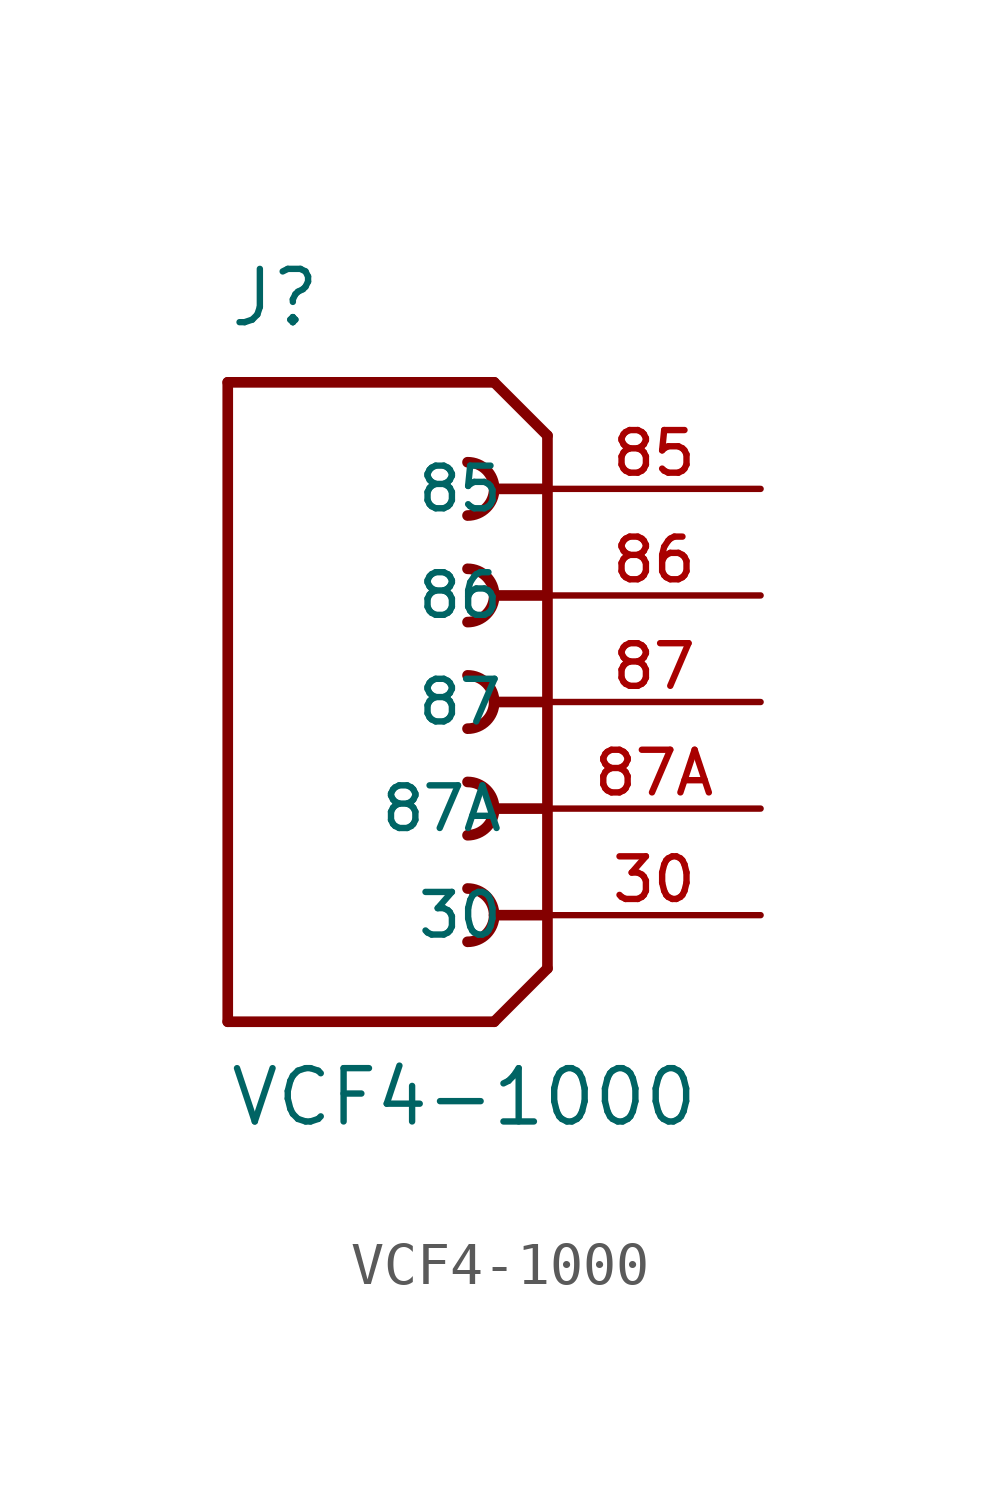
<source format=kicad_sym>
(kicad_symbol_lib
  (version 20211014)
  (generator kicad_symbol_editor)
  (symbol "VCF4-1000"
    (pin_names
      (offset 1.016))
    (property "Reference" "J"
      (at -7.62 8.89 0)
      (effects (font (size 1.27 1.27)) (justify bottom left)))
    (property "Value" "VCF4-1000"
      (at -7.62 -10.16 0)
      (effects (font (size 1.27 1.27)) (justify bottom left)))
    (symbol "VCF4-1000_0_0"
      (polyline (pts (xy 0.0 6.35) (xy -1.27 7.62)) (stroke (width 0.254)))
      (polyline (pts (xy 0.0 6.35) (xy 0.0 5.08)) (stroke (width 0.254)))
      (polyline (pts (xy 0.0 5.08) (xy 0.0 -5.08)) (stroke (width 0.254)))
      (polyline (pts (xy 0.0 -5.08) (xy 0.0 -6.35)) (stroke (width 0.254)))
      (polyline (pts (xy 0.0 -6.35) (xy -1.27 -7.62)) (stroke (width 0.254)))
      (polyline (pts (xy -1.27 -7.62) (xy -7.62 -7.62)) (stroke (width 0.254)))
      (polyline (pts (xy -7.62 -7.62) (xy -7.62 7.62)) (stroke (width 0.254)))
      (polyline (pts (xy -7.62 7.62) (xy -1.27 7.62)) (stroke (width 0.254)))
      (polyline (pts (xy 0.0 5.08) (xy -1.27 5.08)) (stroke (width 0.254)))
      (arc (start -1.905 4.445) (mid -1.27 5.08) (end -1.905 5.715) (stroke (width 0.254) (type default) (color 0 0 0 0)) (fill (type none)))
      (polyline (pts (xy 0.0 2.54) (xy -1.27 2.54)) (stroke (width 0.254)))
      (arc (start -1.905 1.905) (mid -1.27 2.54) (end -1.905 3.175) (stroke (width 0.254) (type default) (color 0 0 0 0)) (fill (type none)))
      (polyline (pts (xy 0.0 0.0) (xy -1.27 0.0)) (stroke (width 0.254)))
      (arc (start -1.905 -0.635) (mid -1.27 0.0) (end -1.905 0.635) (stroke (width 0.254) (type default) (color 0 0 0 0)) (fill (type none)))
      (polyline (pts (xy 0.0 -2.54) (xy -1.27 -2.54)) (stroke (width 0.254)))
      (arc (start -1.905 -3.175) (mid -1.27 -2.54) (end -1.905 -1.905) (stroke (width 0.254) (type default) (color 0 0 0 0)) (fill (type none)))
      (arc (start -1.27 -5.08) (mid -1.456 -4.631) (end -1.905 -4.445) (stroke (width 0.254) (type default) (color 0 0 0 0)) (fill (type none)))
      (arc (start -1.905 -5.715) (mid -1.456 -5.529) (end -1.27 -5.08) (stroke (width 0.254) (type default) (color 0 0 0 0)) (fill (type none)))
      (polyline (pts (xy 0.0 -5.08) (xy -1.27 -5.08)) (stroke (width 0.254)))
      (pin passive line (at 5.08 5.08 180.0) (length 5.08) (name "85" (effects (font (size 1.016 1.016)))) (number "85" (effects (font (size 1.016 1.016)))))
      (pin passive line (at 5.08 2.54 180.0) (length 5.08) (name "86" (effects (font (size 1.016 1.016)))) (number "86" (effects (font (size 1.016 1.016)))))
      (pin passive line (at 5.08 0.0 180.0) (length 5.08) (name "87" (effects (font (size 1.016 1.016)))) (number "87" (effects (font (size 1.016 1.016)))))
      (pin passive line (at 5.08 -5.08 180.0) (length 5.08) (name "30" (effects (font (size 1.016 1.016)))) (number "30" (effects (font (size 1.016 1.016)))))
      (pin passive line (at 5.08 -2.54 180.0) (length 5.08) (name "87A" (effects (font (size 1.016 1.016)))) (number "87A" (effects (font (size 1.016 1.016))))))))
</source>
